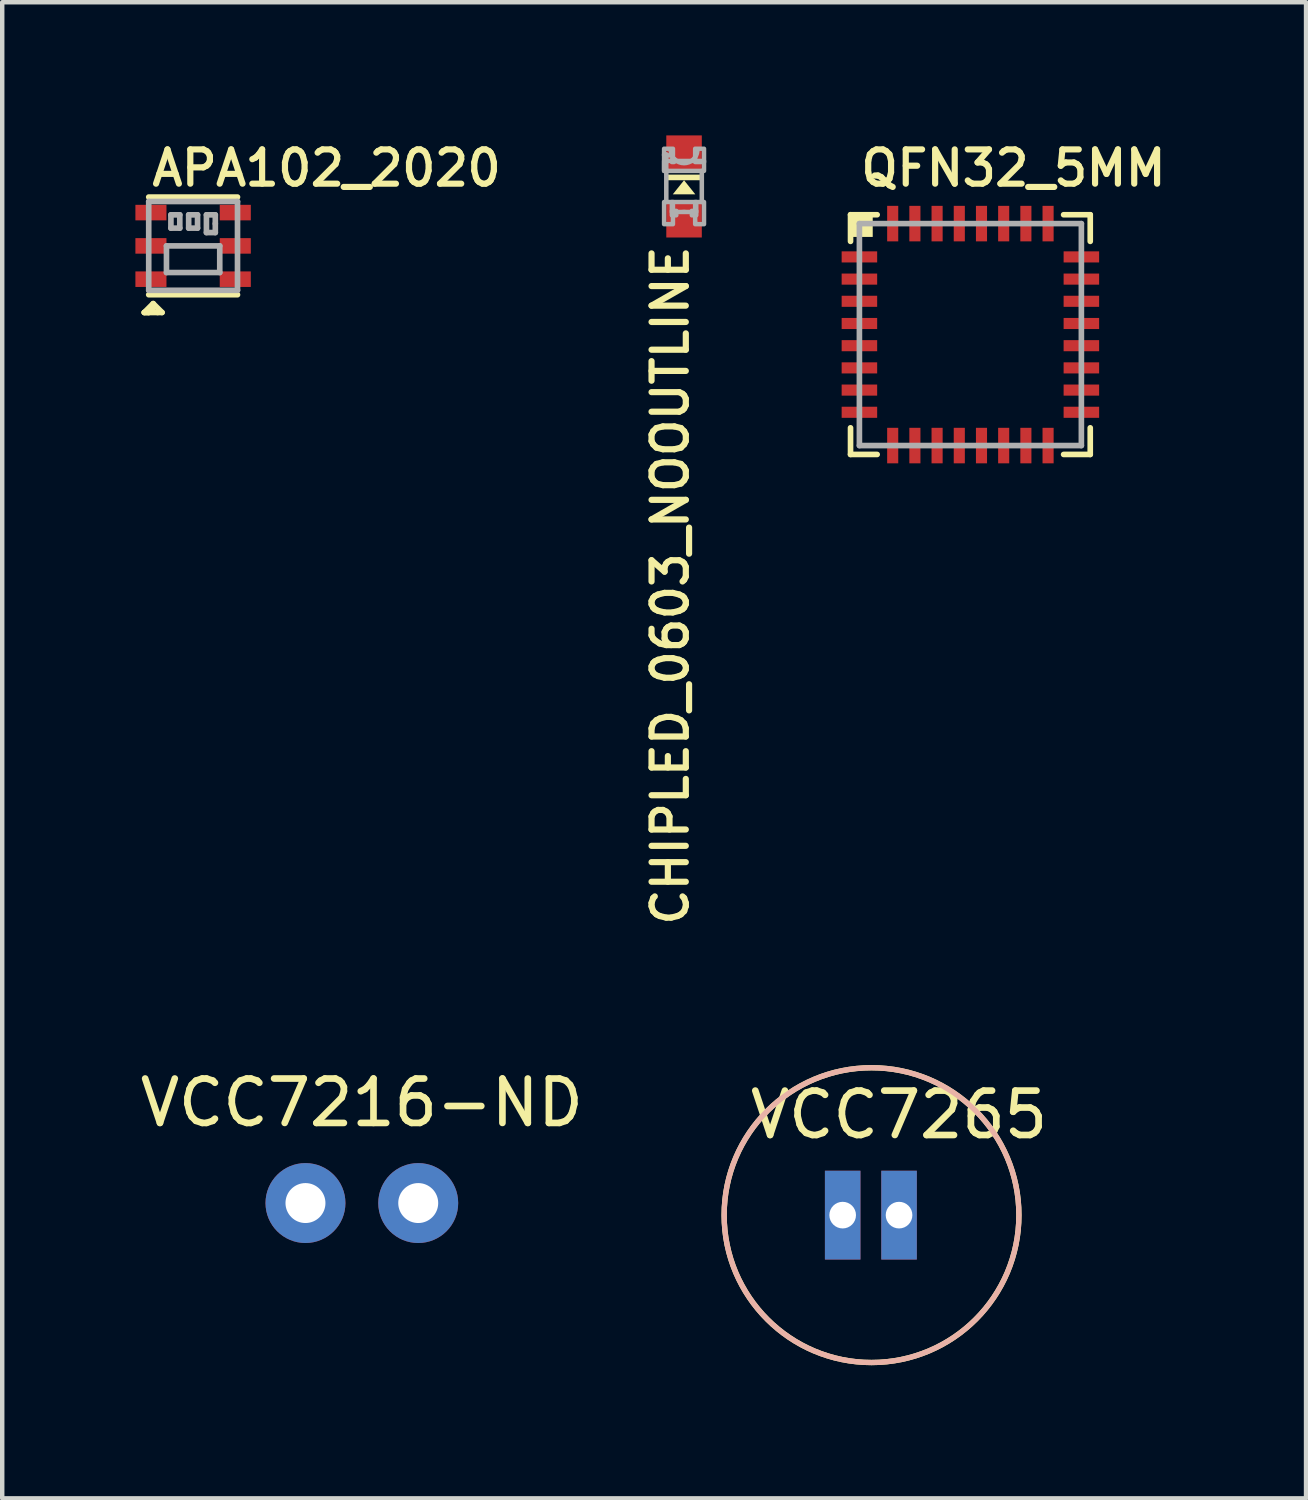
<source format=kicad_pcb>
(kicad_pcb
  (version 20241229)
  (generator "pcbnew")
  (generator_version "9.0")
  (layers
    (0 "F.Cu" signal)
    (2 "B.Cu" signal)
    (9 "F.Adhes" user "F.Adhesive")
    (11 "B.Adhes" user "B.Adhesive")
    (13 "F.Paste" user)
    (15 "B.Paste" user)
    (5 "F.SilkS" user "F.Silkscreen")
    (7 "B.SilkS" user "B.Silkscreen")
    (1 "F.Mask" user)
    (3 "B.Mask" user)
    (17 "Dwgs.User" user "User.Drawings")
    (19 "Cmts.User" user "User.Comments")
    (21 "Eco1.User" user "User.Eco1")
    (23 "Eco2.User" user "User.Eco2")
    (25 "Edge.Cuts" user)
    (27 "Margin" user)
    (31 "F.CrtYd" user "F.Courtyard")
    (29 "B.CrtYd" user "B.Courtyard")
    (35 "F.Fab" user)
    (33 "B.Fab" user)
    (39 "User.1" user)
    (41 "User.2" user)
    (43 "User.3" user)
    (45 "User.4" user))
  (footprint "CHIPLED_0603_NOOUTLINE"
    (layer "F.Cu")
    (at 12.359 1.15)
    (property "Reference" "CHIPLED_0603_NOOUTLINE" (at -0.762 1.27 270) (layer "F.SilkS") (effects (font (size 0.772 0.772) (thickness 0.139)) (justify right top)))
    (attr through_hole)
    (fp_poly (pts (xy 0 -0.14) (xy -0.254 0.178) (xy 0.254 0.178)) (stroke (width 0) (type solid)) (fill yes) (layer "F.SilkS"))
    (fp_poly (pts (xy -0.381 -0.14) (xy 0.381 -0.14) (xy 0.381 -0.267) (xy -0.381 -0.267)) (stroke (width 0) (type solid)) (fill yes) (layer "F.SilkS"))
    (fp_line (start -0.4 -0.375) (end -0.4 0.35) (stroke (width 0.102) (type solid)) (layer "F.Fab"))
    (fp_line (start 0.4 -0.35) (end 0.4 0.35) (stroke (width 0.102) (type solid)) (layer "F.Fab"))
    (fp_arc (start -0.275 0.825) (mid 0 0.55) (end 0.275 0.825) (stroke (width 0.0508) (type solid)) (layer "F.Fab"))
    (fp_arc (start 0.3 -0.799998) (mid -0.000001 -0.524966) (end -0.3 -0.8) (stroke (width 0.1016) (type solid)) (layer "F.Fab"))
    (fp_circle (center -0.35 -0.625) (end -0.275 -0.625) (stroke (width 0.051) (type solid)) (fill no) (layer "F.Fab"))
    (fp_poly (pts (xy -0.45 -0.7) (xy -0.25 -0.7) (xy -0.25 -0.85) (xy -0.45 -0.85)) (stroke (width 0.1) (type solid)) (fill no) (layer "F.Fab"))
    (fp_poly (pts (xy -0.45 -0.35) (xy -0.4 -0.35) (xy -0.4 -0.725) (xy -0.45 -0.725)) (stroke (width 0.1) (type solid)) (fill no) (layer "F.Fab"))
    (fp_poly (pts (xy -0.45 -0.35) (xy 0.45 -0.35) (xy 0.45 -0.575) (xy -0.45 -0.575)) (stroke (width 0.1) (type solid)) (fill no) (layer "F.Fab"))
    (fp_poly (pts (xy -0.45 0.85) (xy -0.25 0.85) (xy -0.25 0.35) (xy -0.45 0.35)) (stroke (width 0.1) (type solid)) (fill no) (layer "F.Fab"))
    (fp_poly (pts (xy -0.275 -0.55) (xy -0.225 -0.55) (xy -0.225 -0.6) (xy -0.275 -0.6)) (stroke (width 0.1) (type solid)) (fill no) (layer "F.Fab"))
    (fp_poly (pts (xy -0.275 0.575) (xy 0.275 0.575) (xy 0.275 0.35) (xy -0.275 0.35)) (stroke (width 0.1) (type solid)) (fill no) (layer "F.Fab"))
    (fp_poly (pts (xy -0.275 0.65) (xy -0.175 0.65) (xy -0.175 0.55) (xy -0.275 0.55)) (stroke (width 0.1) (type solid)) (fill no) (layer "F.Fab"))
    (fp_poly (pts (xy 0.175 0.65) (xy 0.275 0.65) (xy 0.275 0.55) (xy 0.175 0.55)) (stroke (width 0.1) (type solid)) (fill no) (layer "F.Fab"))
    (fp_poly (pts (xy 0.25 -0.55) (xy 0.45 -0.55) (xy 0.45 -0.85) (xy 0.25 -0.85)) (stroke (width 0.1) (type solid)) (fill no) (layer "F.Fab"))
    (fp_poly (pts (xy 0.25 0.85) (xy 0.45 0.85) (xy 0.45 0.35) (xy 0.25 0.35)) (stroke (width 0.1) (type solid)) (fill no) (layer "F.Fab"))
    (pad "A" smd rect (at 0 0.75) (size 0.8 0.8) (layers "F.Cu" "F.Mask" "F.Paste"))
    (pad "C" smd rect (at 0 -0.75) (size 0.8 0.8) (layers "F.Cu" "F.Mask" "F.Paste")))
  (footprint "APA102_2020"
    (layer "F.Cu")
    (at 1.3 2.489)
    (property "Reference" "APA102_2020" (at -1 -1.3 0) (layer "F.SilkS") (effects (font (size 0.772 0.772) (thickness 0.139)) (justify left bottom)))
    (attr through_hole)
    (fp_line (start -1.1 1.5) (end -1 1.5) (stroke (width 0.127) (type solid)) (layer "F.SilkS"))
    (fp_line (start -1.1 1.5) (end -0.8 1.5) (stroke (width 0.127) (type solid)) (layer "F.SilkS"))
    (fp_line (start -1 1.5) (end -0.9 1.4) (stroke (width 0.127) (type solid)) (layer "F.SilkS"))
    (fp_line (start -0.9 1.3) (end -1.1 1.5) (stroke (width 0.127) (type solid)) (layer "F.SilkS"))
    (fp_line (start -0.8 1.5) (end -0.7 1.5) (stroke (width 0.127) (type solid)) (layer "F.SilkS"))
    (fp_line (start -0.7 1.5) (end -0.9 1.3) (stroke (width 0.127) (type solid)) (layer "F.SilkS"))
    (fp_line (start 1 -1.1) (end -1 -1.1) (stroke (width 0.127) (type solid)) (layer "F.SilkS"))
    (fp_line (start 1 1.1) (end -1 1.1) (stroke (width 0.127) (type solid)) (layer "F.SilkS"))
    (fp_line (start -1 -1) (end 1 -1) (stroke (width 0.127) (type solid)) (layer "F.Fab"))
    (fp_line (start -1 1) (end -1 -1) (stroke (width 0.127) (type solid)) (layer "F.Fab"))
    (fp_line (start -0.6 0) (end 0.6 0) (stroke (width 0.127) (type solid)) (layer "F.Fab"))
    (fp_line (start -0.6 0.6) (end -0.6 0) (stroke (width 0.127) (type solid)) (layer "F.Fab"))
    (fp_line (start -0.5 -0.7) (end -0.3 -0.7) (stroke (width 0.127) (type solid)) (layer "F.Fab"))
    (fp_line (start -0.5 -0.4) (end -0.5 -0.7) (stroke (width 0.127) (type solid)) (layer "F.Fab"))
    (fp_line (start -0.3 -0.7) (end -0.3 -0.4) (stroke (width 0.127) (type solid)) (layer "F.Fab"))
    (fp_line (start -0.3 -0.4) (end -0.5 -0.4) (stroke (width 0.127) (type solid)) (layer "F.Fab"))
    (fp_line (start -0.1 -0.7) (end 0.1 -0.7) (stroke (width 0.127) (type solid)) (layer "F.Fab"))
    (fp_line (start -0.1 -0.4) (end -0.1 -0.7) (stroke (width 0.127) (type solid)) (layer "F.Fab"))
    (fp_line (start 0.1 -0.7) (end 0.1 -0.4) (stroke (width 0.127) (type solid)) (layer "F.Fab"))
    (fp_line (start 0.1 -0.4) (end -0.1 -0.4) (stroke (width 0.127) (type solid)) (layer "F.Fab"))
    (fp_line (start 0.3 -0.7) (end 0.5 -0.7) (stroke (width 0.127) (type solid)) (layer "F.Fab"))
    (fp_line (start 0.3 -0.3) (end 0.3 -0.7) (stroke (width 0.127) (type solid)) (layer "F.Fab"))
    (fp_line (start 0.5 -0.7) (end 0.5 -0.5) (stroke (width 0.127) (type solid)) (layer "F.Fab"))
    (fp_line (start 0.5 -0.5) (end 0.5 -0.3) (stroke (width 0.127) (type solid)) (layer "F.Fab"))
    (fp_line (start 0.5 -0.3) (end 0.3 -0.3) (stroke (width 0.127) (type solid)) (layer "F.Fab"))
    (fp_line (start 0.6 0) (end 0.6 0.6) (stroke (width 0.127) (type solid)) (layer "F.Fab"))
    (fp_line (start 0.6 0.6) (end -0.6 0.6) (stroke (width 0.127) (type solid)) (layer "F.Fab"))
    (fp_line (start 1 -1) (end 1 1) (stroke (width 0.127) (type solid)) (layer "F.Fab"))
    (fp_line (start 1 1) (end -1 1) (stroke (width 0.127) (type solid)) (layer "F.Fab"))
    (pad "1" smd rect (at -0.95 0.75 180) (size 0.7 0.35) (layers "F.Cu" "F.Mask" "F.Paste"))
    (pad "2" smd rect (at -0.95 0 180) (size 0.7 0.35) (layers "F.Cu" "F.Mask" "F.Paste"))
    (pad "3" smd rect (at -0.95 -0.75 180) (size 0.7 0.35) (layers "F.Cu" "F.Mask" "F.Paste"))
    (pad "4" smd rect (at 0.95 -0.75 180) (size 0.7 0.35) (layers "F.Cu" "F.Mask" "F.Paste"))
    (pad "5" smd rect (at 0.95 0 180) (size 0.7 0.35) (layers "F.Cu" "F.Mask" "F.Paste"))
    (pad "6" smd rect (at 0.95 0.75 180) (size 0.7 0.35) (layers "F.Cu" "F.Mask" "F.Paste")))
  (footprint "VCC7265"
    (layer "F.Cu")
    (at 15.932 24.322)
    (property "Reference" "VCC7265" (at 1.27 -2.26 0) (layer "F.SilkS") (effects (font (size 1 1) (thickness 0.15))))
    (attr through_hole)
    (fp_circle (center 0.65 0) (end 3.97 0) (stroke (width 0.12) (type solid)) (fill no) (layer "F.SilkS"))
    (fp_circle (center 0.65 0) (end 3.97 0) (stroke (width 0.12) (type solid)) (fill no) (layer "B.SilkS"))
    (pad "1" thru_hole rect (at 0 0) (size 0.8 2) (drill 0.6) (layers "*.Cu" "*.Mask"))
    (pad "2" thru_hole rect (at 1.27 0) (size 0.8 2) (drill 0.6) (layers "*.Cu" "*.Mask")))
  (footprint "QFN32_5MM"
    (layer "F.Cu")
    (at 18.809 4.487)
    (property "Reference" "QFN32_5MM" (at -2.54 -3.298 0) (layer "F.SilkS") (effects (font (size 0.772 0.772) (thickness 0.139)) (justify left bottom)))
    (attr smd)
    (fp_poly (pts (xy -2.95 -1.575) (xy -2.05 -1.575) (xy -2.05 -1.925) (xy -2.95 -1.925)) (stroke (width 0) (type solid)) (fill yes) (layer "F.Mask"))
    (fp_poly (pts (xy -2.95 -1.075) (xy -2.05 -1.075) (xy -2.05 -1.425) (xy -2.95 -1.425)) (stroke (width 0) (type solid)) (fill yes) (layer "F.Mask"))
    (fp_poly (pts (xy -2.95 -0.575) (xy -2.05 -0.575) (xy -2.05 -0.925) (xy -2.95 -0.925)) (stroke (width 0) (type solid)) (fill yes) (layer "F.Mask"))
    (fp_poly (pts (xy -2.95 -0.075) (xy -2.05 -0.075) (xy -2.05 -0.425) (xy -2.95 -0.425)) (stroke (width 0) (type solid)) (fill yes) (layer "F.Mask"))
    (fp_poly (pts (xy -2.95 0.425) (xy -2.05 0.425) (xy -2.05 0.075) (xy -2.95 0.075)) (stroke (width 0) (type solid)) (fill yes) (layer "F.Mask"))
    (fp_poly (pts (xy -2.95 0.925) (xy -2.05 0.925) (xy -2.05 0.575) (xy -2.95 0.575)) (stroke (width 0) (type solid)) (fill yes) (layer "F.Mask"))
    (fp_poly (pts (xy -2.95 1.425) (xy -2.05 1.425) (xy -2.05 1.075) (xy -2.95 1.075)) (stroke (width 0) (type solid)) (fill yes) (layer "F.Mask"))
    (fp_poly (pts (xy -2.95 1.925) (xy -2.05 1.925) (xy -2.05 1.575) (xy -2.95 1.575)) (stroke (width 0) (type solid)) (fill yes) (layer "F.Mask"))
    (fp_poly (pts (xy -1.925 -2.95) (xy -1.925 -2.05) (xy -1.575 -2.05) (xy -1.575 -2.95)) (stroke (width 0) (type solid)) (fill yes) (layer "F.Mask"))
    (fp_poly (pts (xy -1.575 2.95) (xy -1.575 2.05) (xy -1.925 2.05) (xy -1.925 2.95)) (stroke (width 0) (type solid)) (fill yes) (layer "F.Mask"))
    (fp_poly (pts (xy -1.425 -2.95) (xy -1.425 -2.05) (xy -1.075 -2.05) (xy -1.075 -2.95)) (stroke (width 0) (type solid)) (fill yes) (layer "F.Mask"))
    (fp_poly (pts (xy -1.075 2.95) (xy -1.075 2.05) (xy -1.425 2.05) (xy -1.425 2.95)) (stroke (width 0) (type solid)) (fill yes) (layer "F.Mask"))
    (fp_poly (pts (xy -0.925 -2.95) (xy -0.925 -2.05) (xy -0.575 -2.05) (xy -0.575 -2.95)) (stroke (width 0) (type solid)) (fill yes) (layer "F.Mask"))
    (fp_poly (pts (xy -0.575 2.95) (xy -0.575 2.05) (xy -0.925 2.05) (xy -0.925 2.95)) (stroke (width 0) (type solid)) (fill yes) (layer "F.Mask"))
    (fp_poly (pts (xy -0.425 -2.95) (xy -0.425 -2.05) (xy -0.075 -2.05) (xy -0.075 -2.95)) (stroke (width 0) (type solid)) (fill yes) (layer "F.Mask"))
    (fp_poly (pts (xy -0.075 2.95) (xy -0.075 2.05) (xy -0.425 2.05) (xy -0.425 2.95)) (stroke (width 0) (type solid)) (fill yes) (layer "F.Mask"))
    (fp_poly (pts (xy 0.075 -2.95) (xy 0.075 -2.05) (xy 0.425 -2.05) (xy 0.425 -2.95)) (stroke (width 0) (type solid)) (fill yes) (layer "F.Mask"))
    (fp_poly (pts (xy 0.425 2.95) (xy 0.425 2.05) (xy 0.075 2.05) (xy 0.075 2.95)) (stroke (width 0) (type solid)) (fill yes) (layer "F.Mask"))
    (fp_poly (pts (xy 0.575 -2.95) (xy 0.575 -2.05) (xy 0.925 -2.05) (xy 0.925 -2.95)) (stroke (width 0) (type solid)) (fill yes) (layer "F.Mask"))
    (fp_poly (pts (xy 0.925 2.95) (xy 0.925 2.05) (xy 0.575 2.05) (xy 0.575 2.95)) (stroke (width 0) (type solid)) (fill yes) (layer "F.Mask"))
    (fp_poly (pts (xy 1.075 -2.95) (xy 1.075 -2.05) (xy 1.425 -2.05) (xy 1.425 -2.95)) (stroke (width 0) (type solid)) (fill yes) (layer "F.Mask"))
    (fp_poly (pts (xy 1.425 2.95) (xy 1.425 2.05) (xy 1.075 2.05) (xy 1.075 2.95)) (stroke (width 0) (type solid)) (fill yes) (layer "F.Mask"))
    (fp_poly (pts (xy 1.575 -2.95) (xy 1.575 -2.05) (xy 1.925 -2.05) (xy 1.925 -2.95)) (stroke (width 0) (type solid)) (fill yes) (layer "F.Mask"))
    (fp_poly (pts (xy 1.925 2.95) (xy 1.925 2.05) (xy 1.575 2.05) (xy 1.575 2.95)) (stroke (width 0) (type solid)) (fill yes) (layer "F.Mask"))
    (fp_poly (pts (xy 2.95 -1.925) (xy 2.05 -1.925) (xy 2.05 -1.575) (xy 2.95 -1.575)) (stroke (width 0) (type solid)) (fill yes) (layer "F.Mask"))
    (fp_poly (pts (xy 2.95 -1.425) (xy 2.05 -1.425) (xy 2.05 -1.075) (xy 2.95 -1.075)) (stroke (width 0) (type solid)) (fill yes) (layer "F.Mask"))
    (fp_poly (pts (xy 2.95 -0.925) (xy 2.05 -0.925) (xy 2.05 -0.575) (xy 2.95 -0.575)) (stroke (width 0) (type solid)) (fill yes) (layer "F.Mask"))
    (fp_poly (pts (xy 2.95 -0.425) (xy 2.05 -0.425) (xy 2.05 -0.075) (xy 2.95 -0.075)) (stroke (width 0) (type solid)) (fill yes) (layer "F.Mask"))
    (fp_poly (pts (xy 2.95 0.075) (xy 2.05 0.075) (xy 2.05 0.425) (xy 2.95 0.425)) (stroke (width 0) (type solid)) (fill yes) (layer "F.Mask"))
    (fp_poly (pts (xy 2.95 0.575) (xy 2.05 0.575) (xy 2.05 0.925) (xy 2.95 0.925)) (stroke (width 0) (type solid)) (fill yes) (layer "F.Mask"))
    (fp_poly (pts (xy 2.95 1.075) (xy 2.05 1.075) (xy 2.05 1.425) (xy 2.95 1.425)) (stroke (width 0) (type solid)) (fill yes) (layer "F.Mask"))
    (fp_poly (pts (xy 2.95 1.575) (xy 2.05 1.575) (xy 2.05 1.925) (xy 2.95 1.925)) (stroke (width 0) (type solid)) (fill yes) (layer "F.Mask"))
    (fp_line (start -2.7 -2.7) (end -2.7 -2.1) (stroke (width 0.127) (type solid)) (layer "F.SilkS"))
    (fp_line (start -2.7 2.1) (end -2.7 2.7) (stroke (width 0.127) (type solid)) (layer "F.SilkS"))
    (fp_line (start -2.7 2.7) (end -2.1 2.7) (stroke (width 0.127) (type solid)) (layer "F.SilkS"))
    (fp_line (start -2.1 -2.7) (end -2.7 -2.7) (stroke (width 0.127) (type solid)) (layer "F.SilkS"))
    (fp_line (start 2.1 -2.7) (end 2.7 -2.7) (stroke (width 0.127) (type solid)) (layer "F.SilkS"))
    (fp_line (start 2.7 -2.7) (end 2.7 -2.1) (stroke (width 0.127) (type solid)) (layer "F.SilkS"))
    (fp_line (start 2.7 2.1) (end 2.7 2.7) (stroke (width 0.127) (type solid)) (layer "F.SilkS"))
    (fp_line (start 2.7 2.7) (end 2.1 2.7) (stroke (width 0.127) (type solid)) (layer "F.SilkS"))
    (fp_poly (pts (xy -2.7 -2.2) (xy -2.2 -2.2) (xy -2.2 -2.7) (xy -2.7 -2.7)) (stroke (width 0) (type solid)) (fill yes) (layer "F.SilkS"))
    (fp_line (start -2.5 -2.5) (end 2.5 -2.5) (stroke (width 0.127) (type solid)) (layer "F.Fab"))
    (fp_line (start -2.5 2.5) (end -2.5 -2.5) (stroke (width 0.127) (type solid)) (layer "F.Fab"))
    (fp_line (start 2.5 -2.5) (end 2.5 2.5) (stroke (width 0.127) (type solid)) (layer "F.Fab"))
    (fp_line (start 2.5 2.5) (end -2.5 2.5) (stroke (width 0.127) (type solid)) (layer "F.Fab"))
    (pad "1" smd rect (at -2.5 -1.75 90) (size 0.25 0.8) (layers "F.Cu" "F.Mask" "F.Paste"))
    (pad "2" smd rect (at -2.5 -1.25 90) (size 0.25 0.8) (layers "F.Cu" "F.Mask" "F.Paste"))
    (pad "3" smd rect (at -2.5 -0.75 90) (size 0.25 0.8) (layers "F.Cu" "F.Mask" "F.Paste"))
    (pad "4" smd rect (at -2.5 -0.25 90) (size 0.25 0.8) (layers "F.Cu" "F.Mask" "F.Paste"))
    (pad "5" smd rect (at -2.5 0.25 90) (size 0.25 0.8) (layers "F.Cu" "F.Mask" "F.Paste"))
    (pad "6" smd rect (at -2.5 0.75 90) (size 0.25 0.8) (layers "F.Cu" "F.Mask" "F.Paste"))
    (pad "7" smd rect (at -2.5 1.25 90) (size 0.25 0.8) (layers "F.Cu" "F.Mask" "F.Paste"))
    (pad "8" smd rect (at -2.5 1.75 90) (size 0.25 0.8) (layers "F.Cu" "F.Mask" "F.Paste"))
    (pad "9" smd rect (at -1.75 2.5 180) (size 0.25 0.8) (layers "F.Cu" "F.Mask" "F.Paste"))
    (pad "10" smd rect (at -1.25 2.5 180) (size 0.25 0.8) (layers "F.Cu" "F.Mask" "F.Paste"))
    (pad "11" smd rect (at -0.75 2.5 180) (size 0.25 0.8) (layers "F.Cu" "F.Mask" "F.Paste"))
    (pad "12" smd rect (at -0.25 2.5 180) (size 0.25 0.8) (layers "F.Cu" "F.Mask" "F.Paste"))
    (pad "13" smd rect (at 0.25 2.5 180) (size 0.25 0.8) (layers "F.Cu" "F.Mask" "F.Paste"))
    (pad "14" smd rect (at 0.75 2.5 180) (size 0.25 0.8) (layers "F.Cu" "F.Mask" "F.Paste"))
    (pad "15" smd rect (at 1.25 2.5 180) (size 0.25 0.8) (layers "F.Cu" "F.Mask" "F.Paste"))
    (pad "16" smd rect (at 1.75 2.5 180) (size 0.25 0.8) (layers "F.Cu" "F.Mask" "F.Paste"))
    (pad "17" smd rect (at 2.5 1.75 270) (size 0.25 0.8) (layers "F.Cu" "F.Mask" "F.Paste"))
    (pad "18" smd rect (at 2.5 1.25 270) (size 0.25 0.8) (layers "F.Cu" "F.Mask" "F.Paste"))
    (pad "19" smd rect (at 2.5 0.75 270) (size 0.25 0.8) (layers "F.Cu" "F.Mask" "F.Paste"))
    (pad "20" smd rect (at 2.5 0.25 270) (size 0.25 0.8) (layers "F.Cu" "F.Mask" "F.Paste"))
    (pad "21" smd rect (at 2.5 -0.25 270) (size 0.25 0.8) (layers "F.Cu" "F.Mask" "F.Paste"))
    (pad "22" smd rect (at 2.5 -0.75 270) (size 0.25 0.8) (layers "F.Cu" "F.Mask" "F.Paste"))
    (pad "23" smd rect (at 2.5 -1.25 270) (size 0.25 0.8) (layers "F.Cu" "F.Mask" "F.Paste"))
    (pad "24" smd rect (at 2.5 -1.75 270) (size 0.25 0.8) (layers "F.Cu" "F.Mask" "F.Paste"))
    (pad "25" smd rect (at 1.75 -2.5) (size 0.25 0.8) (layers "F.Cu" "F.Mask" "F.Paste"))
    (pad "26" smd rect (at 1.25 -2.5) (size 0.25 0.8) (layers "F.Cu" "F.Mask" "F.Paste"))
    (pad "27" smd rect (at 0.75 -2.5) (size 0.25 0.8) (layers "F.Cu" "F.Mask" "F.Paste"))
    (pad "28" smd rect (at 0.25 -2.5) (size 0.25 0.8) (layers "F.Cu" "F.Mask" "F.Paste"))
    (pad "29" smd rect (at -0.25 -2.5) (size 0.25 0.8) (layers "F.Cu" "F.Mask" "F.Paste"))
    (pad "30" smd rect (at -0.75 -2.5) (size 0.25 0.8) (layers "F.Cu" "F.Mask" "F.Paste"))
    (pad "31" smd rect (at -1.25 -2.5) (size 0.25 0.8) (layers "F.Cu" "F.Mask" "F.Paste"))
    (pad "32" smd rect (at -1.75 -2.5) (size 0.25 0.8) (layers "F.Cu" "F.Mask" "F.Paste")))
  (footprint "VCC7216-ND"
    (layer "F.Cu")
    (at 3.831 24.05)
    (property "Reference" "VCC7216-ND" (at 1.27 -2.26 0) (layer "F.SilkS") (effects (font (size 1 1) (thickness 0.15))))
    (attr through_hole)
    (pad "1" thru_hole circle (at 0 0) (size 1.8 1.8) (drill 0.9) (layers "*.Cu" "*.Mask"))
    (pad "2" thru_hole circle (at 2.54 0) (size 1.8 1.8) (drill 0.9) (layers "*.Cu" "*.Mask")))
  (gr_rect
    (start -3 -3)
    (end 26.37 30.702)
    (stroke (width 0.1) (type default))
    (fill no)
    (layer "Edge.Cuts")))
</source>
